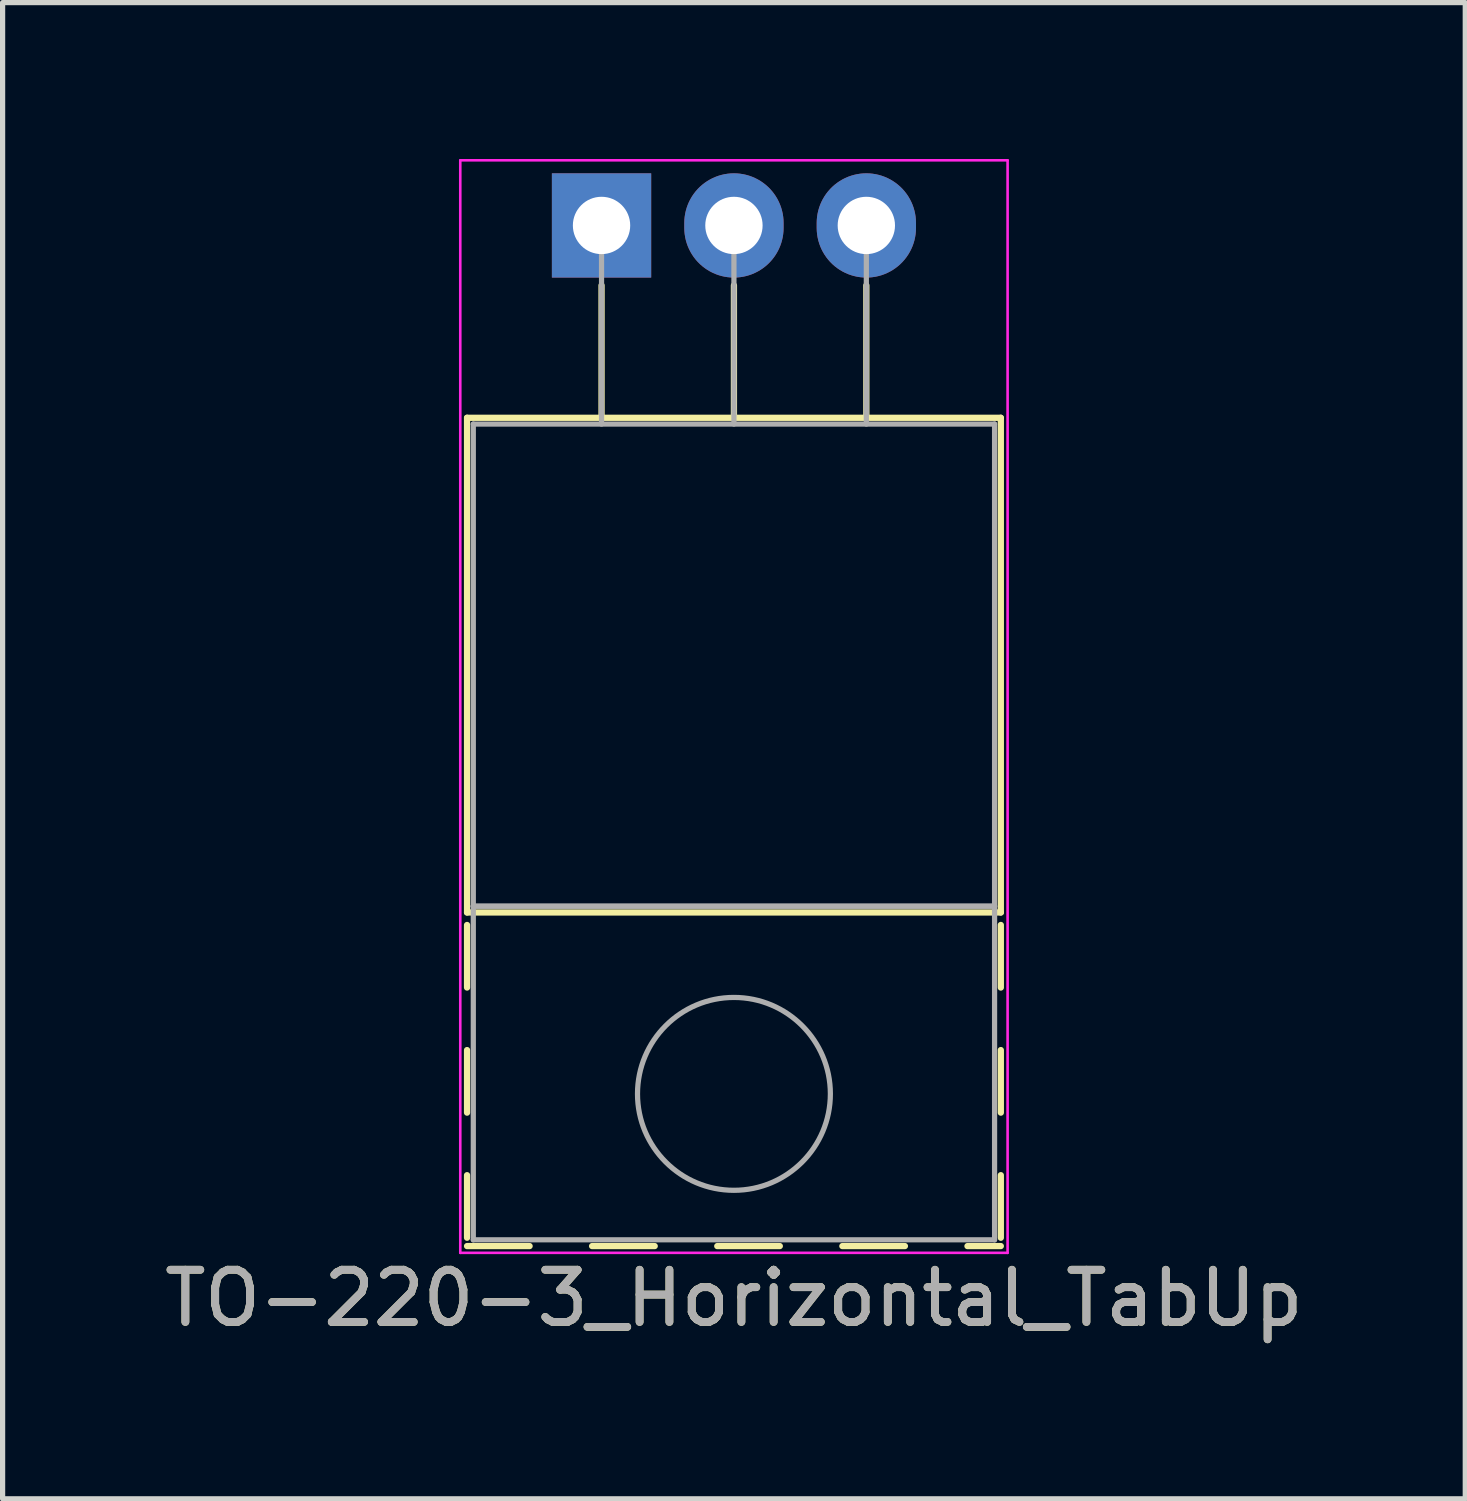
<source format=kicad_pcb>
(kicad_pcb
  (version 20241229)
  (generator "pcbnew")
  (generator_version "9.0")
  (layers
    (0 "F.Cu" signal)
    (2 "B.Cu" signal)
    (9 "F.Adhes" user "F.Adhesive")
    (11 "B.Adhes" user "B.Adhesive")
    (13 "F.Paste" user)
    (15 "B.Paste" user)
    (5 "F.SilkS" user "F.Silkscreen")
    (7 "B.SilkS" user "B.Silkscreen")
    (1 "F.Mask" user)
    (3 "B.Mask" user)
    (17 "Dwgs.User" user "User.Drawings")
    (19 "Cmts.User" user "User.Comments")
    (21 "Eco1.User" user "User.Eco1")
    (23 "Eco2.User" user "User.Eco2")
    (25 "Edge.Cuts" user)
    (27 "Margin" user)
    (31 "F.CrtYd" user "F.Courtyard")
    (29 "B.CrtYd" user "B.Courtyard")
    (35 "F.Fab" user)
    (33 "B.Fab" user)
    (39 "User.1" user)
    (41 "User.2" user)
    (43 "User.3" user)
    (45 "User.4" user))
  (footprint "TO-220-3_Horizontal_TabUp"
    (layer "F.Cu")
    (at 8.49 1.275)
    (property "Reference" "TO-220-3_Horizontal_TabUp" (at 2.54 20.58 0) (layer "F.SilkS") (effects (font (size 1 1) (thickness 0.15))))
    (attr through_hole)
    (fp_line (start -2.58 3.69) (end -2.58 13.18) (stroke (width 0.12) (type solid)) (layer "F.SilkS"))
    (fp_line (start -2.58 3.69) (end 7.66 3.69) (stroke (width 0.12) (type solid)) (layer "F.SilkS"))
    (fp_line (start -2.58 13.18) (end 7.66 13.18) (stroke (width 0.12) (type solid)) (layer "F.SilkS"))
    (fp_line (start -2.58 13.42) (end -2.58 14.62) (stroke (width 0.12) (type solid)) (layer "F.SilkS"))
    (fp_line (start -2.58 15.82) (end -2.58 17.02) (stroke (width 0.12) (type solid)) (layer "F.SilkS"))
    (fp_line (start -2.58 18.22) (end -2.58 19.42) (stroke (width 0.12) (type solid)) (layer "F.SilkS"))
    (fp_line (start -2.58 19.58) (end -1.38 19.58) (stroke (width 0.12) (type solid)) (layer "F.SilkS"))
    (fp_line (start -0.181 19.58) (end 1.02 19.58) (stroke (width 0.12) (type solid)) (layer "F.SilkS"))
    (fp_line (start 0 1.15) (end 0 3.69) (stroke (width 0.12) (type solid)) (layer "F.SilkS"))
    (fp_line (start 2.22 19.58) (end 3.42 19.58) (stroke (width 0.12) (type solid)) (layer "F.SilkS"))
    (fp_line (start 2.54 1.15) (end 2.54 3.69) (stroke (width 0.12) (type solid)) (layer "F.SilkS"))
    (fp_line (start 4.62 19.58) (end 5.82 19.58) (stroke (width 0.12) (type solid)) (layer "F.SilkS"))
    (fp_line (start 5.08 1.15) (end 5.08 3.69) (stroke (width 0.12) (type solid)) (layer "F.SilkS"))
    (fp_line (start 7.02 19.58) (end 7.66 19.58) (stroke (width 0.12) (type solid)) (layer "F.SilkS"))
    (fp_line (start 7.66 3.69) (end 7.66 13.18) (stroke (width 0.12) (type solid)) (layer "F.SilkS"))
    (fp_line (start 7.66 13.42) (end 7.66 14.62) (stroke (width 0.12) (type solid)) (layer "F.SilkS"))
    (fp_line (start 7.66 15.82) (end 7.66 17.02) (stroke (width 0.12) (type solid)) (layer "F.SilkS"))
    (fp_line (start 7.66 18.22) (end 7.66 19.42) (stroke (width 0.12) (type solid)) (layer "F.SilkS"))
    (fp_line (start -2.71 -1.25) (end -2.71 19.71) (stroke (width 0.05) (type solid)) (layer "F.CrtYd"))
    (fp_line (start -2.71 19.71) (end 7.79 19.71) (stroke (width 0.05) (type solid)) (layer "F.CrtYd"))
    (fp_line (start 7.79 -1.25) (end -2.71 -1.25) (stroke (width 0.05) (type solid)) (layer "F.CrtYd"))
    (fp_line (start 7.79 19.71) (end 7.79 -1.25) (stroke (width 0.05) (type solid)) (layer "F.CrtYd"))
    (fp_line (start -2.46 3.81) (end -2.46 13.06) (stroke (width 0.1) (type solid)) (layer "F.Fab"))
    (fp_line (start -2.46 13.06) (end -2.46 19.46) (stroke (width 0.1) (type solid)) (layer "F.Fab"))
    (fp_line (start -2.46 13.06) (end 7.54 13.06) (stroke (width 0.1) (type solid)) (layer "F.Fab"))
    (fp_line (start -2.46 19.46) (end 7.54 19.46) (stroke (width 0.1) (type solid)) (layer "F.Fab"))
    (fp_line (start 0 3.81) (end 0 0) (stroke (width 0.1) (type solid)) (layer "F.Fab"))
    (fp_line (start 2.54 3.81) (end 2.54 0) (stroke (width 0.1) (type solid)) (layer "F.Fab"))
    (fp_line (start 5.08 3.81) (end 5.08 0) (stroke (width 0.1) (type solid)) (layer "F.Fab"))
    (fp_line (start 7.54 3.81) (end -2.46 3.81) (stroke (width 0.1) (type solid)) (layer "F.Fab"))
    (fp_line (start 7.54 13.06) (end -2.46 13.06) (stroke (width 0.1) (type solid)) (layer "F.Fab"))
    (fp_line (start 7.54 13.06) (end 7.54 3.81) (stroke (width 0.1) (type solid)) (layer "F.Fab"))
    (fp_line (start 7.54 19.46) (end 7.54 13.06) (stroke (width 0.1) (type solid)) (layer "F.Fab"))
    (fp_circle (center 2.54 16.66) (end 4.39 16.66) (stroke (width 0.1) (type solid)) (fill no) (layer "F.Fab"))
    (fp_text user "${REFERENCE}" (at 2.54 20.58 0) (layer "F.Fab") (effects (font (size 1 1) (thickness 0.15))))
    (pad "1" thru_hole rect (at 0 0) (size 1.905 2) (drill 1.1) (layers "*.Cu" "*.Mask"))
    (pad "2" thru_hole oval (at 2.54 0) (size 1.905 2) (drill 1.1) (layers "*.Cu" "*.Mask"))
    (pad "3" thru_hole oval (at 5.08 0) (size 1.905 2) (drill 1.1) (layers "*.Cu" "*.Mask")))
  (gr_rect
    (start -3 -3)
    (end 25.06 25.703)
    (stroke (width 0.1) (type default))
    (fill no)
    (layer "Edge.Cuts")))
</source>
